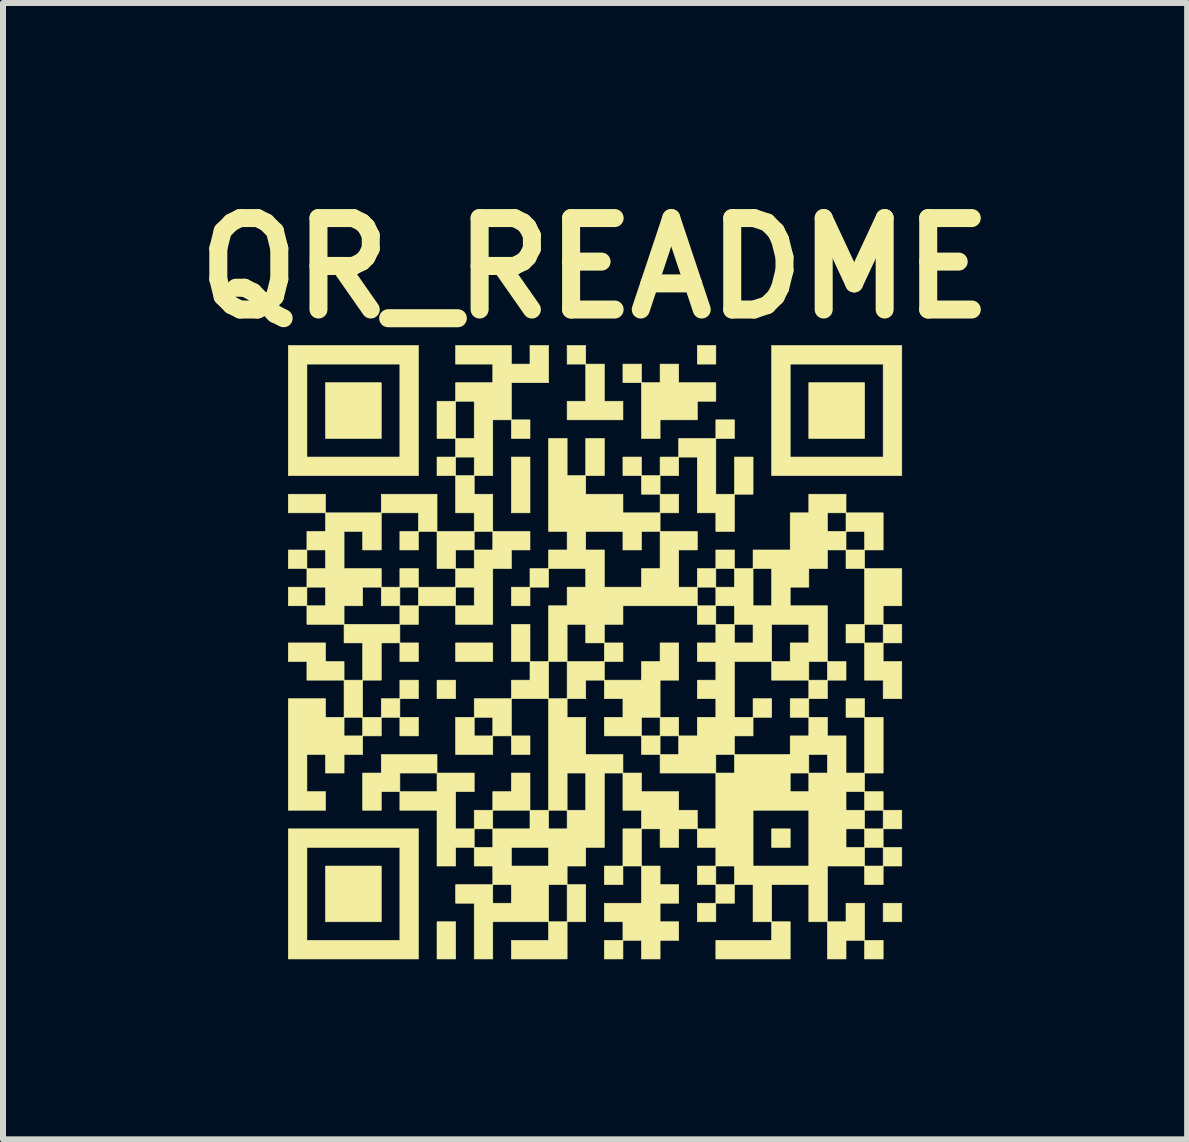
<source format=kicad_pcb>
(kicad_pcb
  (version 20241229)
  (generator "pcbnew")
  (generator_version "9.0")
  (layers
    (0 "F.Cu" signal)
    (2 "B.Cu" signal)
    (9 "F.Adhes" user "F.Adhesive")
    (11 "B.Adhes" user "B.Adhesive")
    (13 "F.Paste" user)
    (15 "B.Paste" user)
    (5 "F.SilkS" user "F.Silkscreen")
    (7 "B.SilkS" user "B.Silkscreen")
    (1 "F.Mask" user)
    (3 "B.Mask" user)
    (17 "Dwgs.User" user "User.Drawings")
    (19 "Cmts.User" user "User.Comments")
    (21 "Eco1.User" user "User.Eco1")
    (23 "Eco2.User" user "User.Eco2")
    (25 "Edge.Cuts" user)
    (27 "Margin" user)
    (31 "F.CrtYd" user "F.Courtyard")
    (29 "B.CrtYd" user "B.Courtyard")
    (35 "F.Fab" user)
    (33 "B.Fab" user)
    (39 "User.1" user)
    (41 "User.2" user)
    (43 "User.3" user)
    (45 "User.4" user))
  (footprint "QR_README"
    (layer "F.Cu")
    (at 6.865 7.818)
    (property "Reference" "QR_README" (at 0 -6.4 0) (layer "F.SilkS") (effects (font (size 1.524 1.524) (thickness 0.3))))
    (attr through_hole)
    (fp_poly (pts (xy -4.491 -2.323) (xy -5.111 -2.323) (xy -5.111 -2.633) (xy -4.491 -2.633) (xy -4.491 -2.323)) (stroke (width 0.01) (type solid)) (fill yes) (layer "F.SilkS"))
    (fp_poly (pts (xy -3.562 -3.562) (xy -4.491 -3.562) (xy -4.491 -4.491) (xy -3.562 -4.491) (xy -3.562 -3.562)) (stroke (width 0.01) (type solid)) (fill yes) (layer "F.SilkS"))
    (fp_poly (pts (xy -3.562 4.491) (xy -4.491 4.491) (xy -4.491 3.562) (xy -3.562 3.562) (xy -3.562 4.491)) (stroke (width 0.01) (type solid)) (fill yes) (layer "F.SilkS"))
    (fp_poly (pts (xy -3.252 -0.774) (xy -3.562 -0.774) (xy -3.562 -1.084) (xy -3.252 -1.084) (xy -3.252 -0.774)) (stroke (width 0.01) (type solid)) (fill yes) (layer "F.SilkS"))
    (fp_poly (pts (xy -3.252 1.084) (xy -3.562 1.084) (xy -3.562 0.774) (xy -3.252 0.774) (xy -3.252 1.084)) (stroke (width 0.01) (type solid)) (fill yes) (layer "F.SilkS"))
    (fp_poly (pts (xy -2.943 -1.704) (xy -3.252 -1.704) (xy -3.252 -2.013) (xy -2.943 -2.013) (xy -2.943 -1.704)) (stroke (width 0.01) (type solid)) (fill yes) (layer "F.SilkS"))
    (fp_poly (pts (xy -2.943 -1.084) (xy -3.252 -1.084) (xy -3.252 -1.394) (xy -2.943 -1.394) (xy -2.943 -1.084)) (stroke (width 0.01) (type solid)) (fill yes) (layer "F.SilkS"))
    (fp_poly (pts (xy -2.943 0.155) (xy -3.252 0.155) (xy -3.252 -0.155) (xy -2.943 -0.155) (xy -2.943 0.155)) (stroke (width 0.01) (type solid)) (fill yes) (layer "F.SilkS"))
    (fp_poly (pts (xy -2.943 0.774) (xy -3.252 0.774) (xy -3.252 0.465) (xy -2.943 0.465) (xy -2.943 0.774)) (stroke (width 0.01) (type solid)) (fill yes) (layer "F.SilkS"))
    (fp_poly (pts (xy -2.943 1.394) (xy -3.252 1.394) (xy -3.252 1.084) (xy -2.943 1.084) (xy -2.943 1.394)) (stroke (width 0.01) (type solid)) (fill yes) (layer "F.SilkS"))
    (fp_poly (pts (xy -2.323 0.774) (xy -2.633 0.774) (xy -2.633 0.465) (xy -2.323 0.465) (xy -2.323 0.774)) (stroke (width 0.01) (type solid)) (fill yes) (layer "F.SilkS"))
    (fp_poly (pts (xy -2.323 5.111) (xy -2.633 5.111) (xy -2.633 4.491) (xy -2.323 4.491) (xy -2.323 5.111)) (stroke (width 0.01) (type solid)) (fill yes) (layer "F.SilkS"))
    (fp_poly (pts (xy -1.704 0.155) (xy -2.323 0.155) (xy -2.323 -0.155) (xy -1.704 -0.155) (xy -1.704 0.155)) (stroke (width 0.01) (type solid)) (fill yes) (layer "F.SilkS"))
    (fp_poly (pts (xy -1.084 -3.562) (xy -1.394 -3.562) (xy -1.394 -3.872) (xy -1.084 -3.872) (xy -1.084 -3.562)) (stroke (width 0.01) (type solid)) (fill yes) (layer "F.SilkS"))
    (fp_poly (pts (xy -1.084 -2.323) (xy -1.394 -2.323) (xy -1.394 -3.252) (xy -1.084 -3.252) (xy -1.084 -2.323)) (stroke (width 0.01) (type solid)) (fill yes) (layer "F.SilkS"))
    (fp_poly (pts (xy -1.084 -0.774) (xy -1.394 -0.774) (xy -1.394 -1.084) (xy -1.084 -1.084) (xy -1.084 -0.774)) (stroke (width 0.01) (type solid)) (fill yes) (layer "F.SilkS"))
    (fp_poly (pts (xy -1.084 0.155) (xy -1.394 0.155) (xy -1.394 -0.465) (xy -1.084 -0.465) (xy -1.084 0.155)) (stroke (width 0.01) (type solid)) (fill yes) (layer "F.SilkS"))
    (fp_poly (pts (xy -1.084 1.704) (xy -1.394 1.704) (xy -1.394 1.394) (xy -1.084 1.394) (xy -1.084 1.704)) (stroke (width 0.01) (type solid)) (fill yes) (layer "F.SilkS"))
    (fp_poly (pts (xy -0.774 -1.084) (xy -1.084 -1.084) (xy -1.084 -1.394) (xy -0.774 -1.394) (xy -0.774 -1.084)) (stroke (width 0.01) (type solid)) (fill yes) (layer "F.SilkS"))
    (fp_poly (pts (xy -0.155 -4.801) (xy -0.465 -4.801) (xy -0.465 -5.111) (xy -0.155 -5.111) (xy -0.155 -4.801)) (stroke (width 0.01) (type solid)) (fill yes) (layer "F.SilkS"))
    (fp_poly (pts (xy -0.155 4.491) (xy -0.465 4.491) (xy -0.465 3.872) (xy -0.155 3.872) (xy -0.155 4.491)) (stroke (width 0.01) (type solid)) (fill yes) (layer "F.SilkS"))
    (fp_poly (pts (xy 0.155 -2.943) (xy -0.155 -2.943) (xy -0.155 -3.562) (xy 0.155 -3.562) (xy 0.155 -2.943)) (stroke (width 0.01) (type solid)) (fill yes) (layer "F.SilkS"))
    (fp_poly (pts (xy 0.465 0.155) (xy 0.155 0.155) (xy 0.155 -0.155) (xy 0.465 -0.155) (xy 0.465 0.155)) (stroke (width 0.01) (type solid)) (fill yes) (layer "F.SilkS"))
    (fp_poly (pts (xy 0.465 3.872) (xy 0.155 3.872) (xy 0.155 3.562) (xy 0.465 3.562) (xy 0.465 3.872)) (stroke (width 0.01) (type solid)) (fill yes) (layer "F.SilkS"))
    (fp_poly (pts (xy 0.465 5.111) (xy 0.155 5.111) (xy 0.155 4.801) (xy 0.465 4.801) (xy 0.465 5.111)) (stroke (width 0.01) (type solid)) (fill yes) (layer "F.SilkS"))
    (fp_poly (pts (xy 0.774 -4.491) (xy 0.465 -4.491) (xy 0.465 -4.801) (xy 0.774 -4.801) (xy 0.774 -4.491)) (stroke (width 0.01) (type solid)) (fill yes) (layer "F.SilkS"))
    (fp_poly (pts (xy 0.774 -2.943) (xy 0.465 -2.943) (xy 0.465 -3.252) (xy 0.774 -3.252) (xy 0.774 -2.943)) (stroke (width 0.01) (type solid)) (fill yes) (layer "F.SilkS"))
    (fp_poly (pts (xy 0.774 3.562) (xy 0.465 3.562) (xy 0.465 2.943) (xy 0.774 2.943) (xy 0.774 3.562)) (stroke (width 0.01) (type solid)) (fill yes) (layer "F.SilkS"))
    (fp_poly (pts (xy 1.084 -2.633) (xy 0.774 -2.633) (xy 0.774 -2.943) (xy 1.084 -2.943) (xy 1.084 -2.633)) (stroke (width 0.01) (type solid)) (fill yes) (layer "F.SilkS"))
    (fp_poly (pts (xy 1.394 -2.943) (xy 1.084 -2.943) (xy 1.084 -3.252) (xy 1.394 -3.252) (xy 1.394 -2.943)) (stroke (width 0.01) (type solid)) (fill yes) (layer "F.SilkS"))
    (fp_poly (pts (xy 1.394 -2.323) (xy 1.084 -2.323) (xy 1.084 -2.633) (xy 1.394 -2.633) (xy 1.394 -2.323)) (stroke (width 0.01) (type solid)) (fill yes) (layer "F.SilkS"))
    (fp_poly (pts (xy 2.013 -4.801) (xy 1.704 -4.801) (xy 1.704 -5.111) (xy 2.013 -5.111) (xy 2.013 -4.801)) (stroke (width 0.01) (type solid)) (fill yes) (layer "F.SilkS"))
    (fp_poly (pts (xy 2.013 -0.465) (xy 1.704 -0.465) (xy 1.704 -0.774) (xy 2.013 -0.774) (xy 2.013 -0.465)) (stroke (width 0.01) (type solid)) (fill yes) (layer "F.SilkS"))
    (fp_poly (pts (xy 2.013 4.491) (xy 1.704 4.491) (xy 1.704 4.182) (xy 2.013 4.182) (xy 2.013 4.491)) (stroke (width 0.01) (type solid)) (fill yes) (layer "F.SilkS"))
    (fp_poly (pts (xy 2.323 -3.562) (xy 2.013 -3.562) (xy 2.013 -3.872) (xy 2.323 -3.872) (xy 2.323 -3.562)) (stroke (width 0.01) (type solid)) (fill yes) (layer "F.SilkS"))
    (fp_poly (pts (xy 2.633 -2.633) (xy 2.323 -2.633) (xy 2.323 -3.252) (xy 2.633 -3.252) (xy 2.633 -2.633)) (stroke (width 0.01) (type solid)) (fill yes) (layer "F.SilkS"))
    (fp_poly (pts (xy 2.943 1.084) (xy 2.633 1.084) (xy 2.633 0.774) (xy 2.943 0.774) (xy 2.943 1.084)) (stroke (width 0.01) (type solid)) (fill yes) (layer "F.SilkS"))
    (fp_poly (pts (xy 3.252 3.252) (xy 2.943 3.252) (xy 2.943 2.943) (xy 3.252 2.943) (xy 3.252 3.252)) (stroke (width 0.01) (type solid)) (fill yes) (layer "F.SilkS"))
    (fp_poly (pts (xy 4.182 0.465) (xy 3.872 0.465) (xy 3.872 0.155) (xy 4.182 0.155) (xy 4.182 0.465)) (stroke (width 0.01) (type solid)) (fill yes) (layer "F.SilkS"))
    (fp_poly (pts (xy 4.491 -3.562) (xy 3.562 -3.562) (xy 3.562 -4.491) (xy 4.491 -4.491) (xy 4.491 -3.562)) (stroke (width 0.01) (type solid)) (fill yes) (layer "F.SilkS"))
    (fp_poly (pts (xy 4.491 1.084) (xy 4.182 1.084) (xy 4.182 0.774) (xy 4.491 0.774) (xy 4.491 1.084)) (stroke (width 0.01) (type solid)) (fill yes) (layer "F.SilkS"))
    (fp_poly (pts (xy 4.491 2.943) (xy 4.801 2.943) (xy 4.801 3.252) (xy 4.491 3.252) (xy 4.491 2.943)) (stroke (width 0.01) (type solid)) (fill yes) (layer "F.SilkS"))
    (fp_poly (pts (xy 4.801 2.013) (xy 4.491 2.013) (xy 4.491 1.084) (xy 4.801 1.084) (xy 4.801 2.013)) (stroke (width 0.01) (type solid)) (fill yes) (layer "F.SilkS"))
    (fp_poly (pts (xy 4.801 2.633) (xy 4.491 2.633) (xy 4.491 2.323) (xy 4.801 2.323) (xy 4.801 2.633)) (stroke (width 0.01) (type solid)) (fill yes) (layer "F.SilkS"))
    (fp_poly (pts (xy 4.801 3.872) (xy 4.491 3.872) (xy 4.491 3.562) (xy 4.801 3.562) (xy 4.801 3.872)) (stroke (width 0.01) (type solid)) (fill yes) (layer "F.SilkS"))
    (fp_poly (pts (xy 4.801 5.111) (xy 4.491 5.111) (xy 4.491 4.801) (xy 4.801 4.801) (xy 4.801 5.111)) (stroke (width 0.01) (type solid)) (fill yes) (layer "F.SilkS"))
    (fp_poly (pts (xy 5.111 2.943) (xy 4.801 2.943) (xy 4.801 2.633) (xy 5.111 2.633) (xy 5.111 2.943)) (stroke (width 0.01) (type solid)) (fill yes) (layer "F.SilkS"))
    (fp_poly (pts (xy 5.111 3.562) (xy 4.801 3.562) (xy 4.801 3.252) (xy 5.111 3.252) (xy 5.111 3.562)) (stroke (width 0.01) (type solid)) (fill yes) (layer "F.SilkS"))
    (fp_poly (pts (xy 5.111 4.491) (xy 4.801 4.491) (xy 4.801 4.182) (xy 5.111 4.182) (xy 5.111 4.491)) (stroke (width 0.01) (type solid)) (fill yes) (layer "F.SilkS"))
    (fp_poly (pts (xy -0.774 0.774) (xy -1.394 0.774) (xy -1.394 0.465) (xy -1.084 0.465) (xy -1.084 0.155) (xy -0.774 0.155) (xy -0.774 0.774)) (stroke (width 0.01) (type solid)) (fill yes) (layer "F.SilkS"))
    (fp_poly (pts (xy -0.465 5.111) (xy -1.394 5.111) (xy -1.394 4.801) (xy -0.774 4.801) (xy -0.774 4.491) (xy -0.465 4.491) (xy -0.465 5.111)) (stroke (width 0.01) (type solid)) (fill yes) (layer "F.SilkS"))
    (fp_poly (pts (xy 0.155 0.465) (xy -0.155 0.465) (xy -0.155 0.774) (xy -0.465 0.774) (xy -0.465 0.155) (xy 0.155 0.155) (xy 0.155 0.465)) (stroke (width 0.01) (type solid)) (fill yes) (layer "F.SilkS"))
    (fp_poly (pts (xy 3.252 5.111) (xy 2.013 5.111) (xy 2.013 4.801) (xy 2.943 4.801) (xy 2.943 4.491) (xy 3.252 4.491) (xy 3.252 5.111)) (stroke (width 0.01) (type solid)) (fill yes) (layer "F.SilkS"))
    (fp_poly (pts (xy -4.491 0.155) (xy -4.182 0.155) (xy -4.182 0.465) (xy -4.801 0.465) (xy -4.801 0.155) (xy -5.111 0.155) (xy -5.111 -0.155) (xy -4.491 -0.155) (xy -4.491 0.155)) (stroke (width 0.01) (type solid)) (fill yes) (layer "F.SilkS"))
    (fp_poly (pts (xy 0.155 -4.182) (xy 0.465 -4.182) (xy 0.465 -3.872) (xy -0.465 -3.872) (xy -0.465 -4.182) (xy -0.155 -4.182) (xy -0.155 -4.801) (xy 0.155 -4.801) (xy 0.155 -4.182)) (stroke (width 0.01) (type solid)) (fill yes) (layer "F.SilkS"))
    (fp_poly (pts (xy 4.491 4.801) (xy 4.182 4.801) (xy 4.182 5.111) (xy 3.872 5.111) (xy 3.872 4.491) (xy 4.182 4.491) (xy 4.182 4.182) (xy 4.491 4.182) (xy 4.491 4.801)) (stroke (width 0.01) (type solid)) (fill yes) (layer "F.SilkS"))
    (fp_poly (pts (xy 1.394 -3.562) (xy 2.013 -3.562) (xy 2.013 -2.633) (xy 2.323 -2.633) (xy 2.323 -2.013) (xy 2.013 -2.013) (xy 2.013 -2.323) (xy 1.704 -2.323) (xy 1.704 -3.252) (xy 1.394 -3.252) (xy 1.394 -3.562)) (stroke (width 0.01) (type solid)) (fill yes) (layer "F.SilkS"))
    (fp_poly (pts (xy -2.943 -2.943) (xy -5.111 -2.943) (xy -5.111 -4.801) (xy -4.801 -4.801) (xy -4.801 -3.252) (xy -3.252 -3.252) (xy -3.252 -4.801) (xy -4.801 -4.801) (xy -5.111 -4.801) (xy -5.111 -5.111) (xy -2.943 -5.111) (xy -2.943 -2.943)) (stroke (width 0.01) (type solid)) (fill yes) (layer "F.SilkS"))
    (fp_poly (pts (xy -2.943 5.111) (xy -5.111 5.111) (xy -5.111 3.252) (xy -4.801 3.252) (xy -4.801 4.801) (xy -3.252 4.801) (xy -3.252 3.252) (xy -4.801 3.252) (xy -5.111 3.252) (xy -5.111 2.943) (xy -2.943 2.943) (xy -2.943 5.111)) (stroke (width 0.01) (type solid)) (fill yes) (layer "F.SilkS"))
    (fp_poly (pts (xy 5.111 -2.943) (xy 2.943 -2.943) (xy 2.943 -4.801) (xy 3.252 -4.801) (xy 3.252 -3.252) (xy 4.801 -3.252) (xy 4.801 -4.801) (xy 3.252 -4.801) (xy 2.943 -4.801) (xy 2.943 -5.111) (xy 5.111 -5.111) (xy 5.111 -2.943)) (stroke (width 0.01) (type solid)) (fill yes) (layer "F.SilkS"))
    (fp_poly (pts (xy -1.394 1.394) (xy -1.704 1.394) (xy -1.704 1.704) (xy -2.323 1.704) (xy -2.323 1.084) (xy -2.013 1.084) (xy -2.013 1.394) (xy -1.704 1.394) (xy -1.704 1.084) (xy -2.013 1.084) (xy -2.013 0.774) (xy -1.394 0.774) (xy -1.394 1.394)) (stroke (width 0.01) (type solid)) (fill yes) (layer "F.SilkS"))
    (fp_poly (pts (xy 1.394 -4.491) (xy 2.013 -4.491) (xy 2.013 -4.182) (xy 1.704 -4.182) (xy 1.704 -3.872) (xy 1.084 -3.872) (xy 1.084 -3.562) (xy 0.774 -3.562) (xy 0.774 -4.491) (xy 1.084 -4.491) (xy 1.084 -4.801) (xy 1.394 -4.801) (xy 1.394 -4.491)) (stroke (width 0.01) (type solid)) (fill yes) (layer "F.SilkS"))
    (fp_poly (pts (xy 0.774 2.633) (xy 0.465 2.633) (xy 0.465 2.013) (xy 0.774 2.013) (xy 0.774 2.323) (xy 1.394 2.323) (xy 1.394 2.633) (xy 1.704 2.633) (xy 1.704 2.943) (xy 1.394 2.943) (xy 1.394 3.252) (xy 1.084 3.252) (xy 1.084 2.943) (xy 0.774 2.943) (xy 0.774 2.633)) (stroke (width 0.01) (type solid)) (fill yes) (layer "F.SilkS"))
    (fp_poly (pts (xy 0.465 4.491) (xy 0.155 4.491) (xy 0.155 4.182) (xy 0.774 4.182) (xy 0.774 3.562) (xy 1.084 3.562) (xy 1.084 3.872) (xy 1.394 3.872) (xy 1.394 4.182) (xy 1.084 4.182) (xy 1.084 4.491) (xy 1.394 4.491) (xy 1.394 4.801) (xy 1.084 4.801) (xy 1.084 5.111) (xy 0.774 5.111) (xy 0.774 4.801) (xy 0.465 4.801) (xy 0.465 4.491)) (stroke (width 0.01) (type solid)) (fill yes) (layer "F.SilkS"))
    (fp_poly (pts (xy 5.111 -0.465) (xy 5.111 -0.155) (xy 4.801 -0.155) (xy 4.801 0.155) (xy 5.111 0.155) (xy 5.111 0.774) (xy 4.801 0.774) (xy 4.801 0.465) (xy 4.491 0.465) (xy 4.491 -0.155) (xy 4.182 -0.155) (xy 4.182 -0.465) (xy 4.491 -0.465) (xy 4.491 -0.155) (xy 4.801 -0.155) (xy 4.801 -0.465) (xy 4.491 -0.465) (xy 4.491 -1.394) (xy 5.111 -1.394) (xy 5.111 -0.774) (xy 4.801 -0.774) (xy 4.801 -0.465) (xy 5.111 -0.465)) (stroke (width 0.01) (type solid)) (fill yes) (layer "F.SilkS"))
    (fp_poly (pts (xy -3.562 1.084) (xy -3.562 1.394) (xy -3.872 1.394) (xy -3.872 1.704) (xy -4.182 1.704) (xy -4.182 2.013) (xy -4.491 2.013) (xy -4.491 1.704) (xy -4.801 1.704) (xy -4.801 2.323) (xy -4.491 2.323) (xy -4.491 2.633) (xy -5.111 2.633) (xy -5.111 0.774) (xy -4.491 0.774) (xy -4.491 1.084) (xy -4.182 1.084) (xy -4.182 1.394) (xy -3.872 1.394) (xy -3.872 1.084) (xy -4.182 1.084) (xy -4.182 0.465) (xy -3.872 0.465) (xy -3.872 1.084) (xy -3.562 1.084)) (stroke (width 0.01) (type solid)) (fill yes) (layer "F.SilkS"))
    (fp_poly (pts (xy 1.394 1.084) (xy 1.394 1.394) (xy 1.084 1.394) (xy 1.084 1.704) (xy 0.774 1.704) (xy 0.774 1.394) (xy 0.155 1.394) (xy 0.155 1.084) (xy 0.465 1.084) (xy 0.774 1.084) (xy 0.774 1.394) (xy 1.084 1.394) (xy 1.084 1.084) (xy 0.774 1.084) (xy 0.465 1.084) (xy 0.465 0.774) (xy 0.155 0.774) (xy 0.155 0.465) (xy 0.774 0.465) (xy 0.774 0.155) (xy 1.084 0.155) (xy 1.084 -0.155) (xy 1.394 -0.155) (xy 1.394 0.465) (xy 1.084 0.465) (xy 1.084 1.084) (xy 1.394 1.084)) (stroke (width 0.01) (type solid)) (fill yes) (layer "F.SilkS"))
    (fp_poly (pts (xy -0.774 -1.704) (xy -0.465 -1.704) (xy -0.465 -2.013) (xy -0.155 -2.013) (xy -0.155 -1.704) (xy 0.155 -1.704) (xy 0.155 -1.084) (xy 0.774 -1.084) (xy 0.774 -1.394) (xy 1.084 -1.394) (xy 1.084 -2.013) (xy 0.774 -2.013) (xy 0.774 -1.704) (xy 0.465 -1.704) (xy 0.465 -2.013) (xy -0.155 -2.013) (xy -0.465 -2.013) (xy -0.774 -2.013) (xy -0.774 -3.562) (xy -0.465 -3.562) (xy -0.465 -2.943) (xy -0.155 -2.943) (xy -0.155 -2.633) (xy 0.465 -2.633) (xy 0.465 -2.323) (xy 1.084 -2.323) (xy 1.084 -2.013) (xy 1.704 -2.013) (xy 1.704 -1.704) (xy 1.394 -1.704) (xy 1.394 -1.084) (xy 1.704 -1.084) (xy 1.704 -0.774) (xy 0.465 -0.774) (xy 0.465 -0.465) (xy 0.155 -0.465) (xy 0.155 -0.155) (xy -0.155 -0.155) (xy -0.155 -0.465) (xy -0.465 -0.465) (xy -0.465 0.155) (xy -0.774 0.155) (xy -0.774 -0.774) (xy -0.465 -0.774) (xy -0.465 -1.084) (xy -0.155 -1.084) (xy -0.155 -1.394) (xy -0.774 -1.394) (xy -0.774 -1.704)) (stroke (width 0.01) (type solid)) (fill yes) (layer "F.SilkS"))
    (fp_poly (pts (xy -2.013 2.013) (xy -2.013 2.323) (xy -2.323 2.323) (xy -2.323 2.943) (xy -2.013 2.943) (xy -2.013 3.252) (xy -1.704 3.252) (xy -1.394 3.252) (xy -1.394 3.562) (xy -0.774 3.562) (xy -0.774 3.252) (xy -1.394 3.252) (xy -1.704 3.252) (xy -1.704 2.943) (xy -2.013 2.943) (xy -2.013 2.633) (xy -1.704 2.633) (xy -1.704 2.943) (xy -1.084 2.943) (xy -1.084 2.633) (xy -1.704 2.633) (xy -1.704 2.323) (xy -1.394 2.323) (xy -1.394 2.013) (xy -1.084 2.013) (xy -1.084 2.633) (xy -0.774 2.633) (xy -0.774 2.943) (xy -0.465 2.943) (xy -0.465 2.633) (xy -0.774 2.633) (xy -0.774 2.013) (xy -0.465 2.013) (xy -0.465 2.633) (xy -0.155 2.633) (xy -0.155 2.013) (xy -0.465 2.013) (xy -0.774 2.013) (xy -0.774 0.774) (xy -0.465 0.774) (xy -0.465 1.084) (xy -0.155 1.084) (xy -0.155 1.704) (xy 0.465 1.704) (xy 0.465 2.013) (xy 0.155 2.013) (xy 0.155 3.252) (xy -0.155 3.252) (xy -0.155 3.562) (xy -0.465 3.562) (xy -0.465 3.872) (xy -0.774 3.872) (xy -0.774 4.491) (xy -1.704 4.491) (xy -1.704 5.111) (xy -2.013 5.111) (xy -2.013 4.182) (xy -2.323 4.182) (xy -2.323 3.872) (xy -1.704 3.872) (xy -1.704 4.182) (xy -1.394 4.182) (xy -1.394 3.872) (xy -1.704 3.872) (xy -1.704 3.562) (xy -2.013 3.562) (xy -2.013 3.252) (xy -2.323 3.252) (xy -2.323 3.562) (xy -2.633 3.562) (xy -2.633 2.633) (xy -3.252 2.633) (xy -3.252 2.323) (xy -3.562 2.323) (xy -3.562 2.633) (xy -3.872 2.633) (xy -3.872 2.013) (xy -3.562 2.013) (xy -3.252 2.013) (xy -3.252 2.323) (xy -2.633 2.323) (xy -2.633 2.013) (xy -3.252 2.013) (xy -3.562 2.013) (xy -3.562 1.704) (xy -2.633 1.704) (xy -2.633 2.013) (xy -2.013 2.013)) (stroke (width 0.01) (type solid)) (fill yes) (layer "F.SilkS"))
    (fp_poly (pts (xy -1.084 -2.013) (xy -1.084 -1.704) (xy -1.394 -1.704) (xy -1.394 -1.394) (xy -1.704 -1.394) (xy -1.704 -0.465) (xy -2.323 -0.465) (xy -2.323 -0.774) (xy -2.943 -0.774) (xy -2.943 -0.465) (xy -3.252 -0.465) (xy -3.252 -0.155) (xy -3.562 -0.155) (xy -3.562 0.465) (xy -3.872 0.465) (xy -3.872 -0.155) (xy -4.182 -0.155) (xy -4.182 -0.465) (xy -4.801 -0.465) (xy -4.801 -0.774) (xy -5.111 -0.774) (xy -5.111 -1.084) (xy -4.801 -1.084) (xy -4.801 -0.774) (xy -4.491 -0.774) (xy -4.491 -1.084) (xy -4.801 -1.084) (xy -4.801 -1.394) (xy -5.111 -1.394) (xy -5.111 -1.704) (xy -4.801 -1.704) (xy -4.801 -1.394) (xy -4.491 -1.394) (xy -4.491 -1.704) (xy -4.801 -1.704) (xy -4.801 -2.013) (xy -4.491 -2.013) (xy -4.182 -2.013) (xy -4.182 -1.394) (xy -3.562 -1.394) (xy -3.562 -1.084) (xy -3.872 -1.084) (xy -3.872 -0.774) (xy -4.182 -0.774) (xy -4.182 -0.465) (xy -3.252 -0.465) (xy -3.252 -0.774) (xy -2.943 -0.774) (xy -2.943 -1.084) (xy -2.323 -1.084) (xy -2.323 -0.774) (xy -2.013 -0.774) (xy -2.013 -1.084) (xy -2.323 -1.084) (xy -2.323 -1.394) (xy -2.633 -1.394) (xy -2.633 -1.704) (xy -2.323 -1.704) (xy -2.323 -1.394) (xy -2.013 -1.394) (xy -2.013 -1.704) (xy -2.323 -1.704) (xy -2.633 -1.704) (xy -2.633 -2.013) (xy -2.943 -2.013) (xy -2.943 -2.323) (xy -3.562 -2.323) (xy -3.562 -1.704) (xy -3.872 -1.704) (xy -3.872 -2.013) (xy -4.182 -2.013) (xy -4.491 -2.013) (xy -4.491 -2.323) (xy -3.562 -2.323) (xy -3.562 -2.633) (xy -2.633 -2.633) (xy -2.633 -2.013) (xy -2.013 -2.013) (xy -2.013 -1.704) (xy -1.704 -1.704) (xy -1.704 -2.013) (xy -2.013 -2.013) (xy -2.013 -2.323) (xy -2.323 -2.323) (xy -2.323 -2.943) (xy -2.633 -2.943) (xy -2.633 -3.252) (xy -2.323 -3.252) (xy -2.323 -2.943) (xy -2.013 -2.943) (xy -2.013 -3.252) (xy -2.323 -3.252) (xy -2.323 -3.562) (xy -2.633 -3.562) (xy -2.633 -4.182) (xy -2.323 -4.182) (xy -2.323 -3.562) (xy -2.013 -3.562) (xy -2.013 -4.182) (xy -2.323 -4.182) (xy -2.323 -4.491) (xy -1.704 -4.491) (xy -1.704 -4.801) (xy -2.323 -4.801) (xy -2.323 -5.111) (xy -1.394 -5.111) (xy -1.394 -4.801) (xy -1.084 -4.801) (xy -1.084 -5.111) (xy -0.774 -5.111) (xy -0.774 -4.491) (xy -1.394 -4.491) (xy -1.394 -3.872) (xy -1.704 -3.872) (xy -1.704 -2.943) (xy -2.013 -2.943) (xy -2.013 -2.633) (xy -1.704 -2.633) (xy -1.704 -2.013) (xy -1.084 -2.013)) (stroke (width 0.01) (type solid)) (fill yes) (layer "F.SilkS"))
    (fp_poly (pts (xy 4.491 3.562) (xy 3.872 3.562) (xy 3.872 4.491) (xy 3.562 4.491) (xy 3.562 3.872) (xy 2.943 3.872) (xy 2.943 4.491) (xy 2.633 4.491) (xy 2.633 3.872) (xy 2.323 3.872) (xy 2.323 4.182) (xy 2.013 4.182) (xy 2.013 3.872) (xy 1.704 3.872) (xy 1.704 3.562) (xy 2.013 3.562) (xy 2.013 3.872) (xy 2.323 3.872) (xy 2.323 3.562) (xy 2.013 3.562) (xy 2.013 3.252) (xy 1.704 3.252) (xy 1.704 2.943) (xy 2.013 2.943) (xy 2.013 2.633) (xy 2.633 2.633) (xy 2.633 3.562) (xy 3.562 3.562) (xy 3.562 2.633) (xy 2.633 2.633) (xy 2.013 2.633) (xy 2.013 2.013) (xy 1.084 2.013) (xy 1.084 1.704) (xy 1.394 1.704) (xy 2.013 1.704) (xy 2.013 2.013) (xy 2.323 2.013) (xy 3.252 2.013) (xy 3.252 2.323) (xy 3.562 2.323) (xy 3.562 2.013) (xy 3.252 2.013) (xy 2.323 2.013) (xy 2.323 1.704) (xy 2.013 1.704) (xy 1.394 1.704) (xy 1.394 1.394) (xy 1.704 1.394) (xy 1.704 1.084) (xy 2.013 1.084) (xy 2.013 0.774) (xy 1.704 0.774) (xy 1.704 0.465) (xy 2.013 0.465) (xy 2.013 0.155) (xy 2.323 0.155) (xy 2.323 1.084) (xy 2.633 1.084) (xy 2.633 1.394) (xy 2.323 1.394) (xy 2.323 1.704) (xy 3.252 1.704) (xy 3.562 1.704) (xy 3.562 2.013) (xy 3.872 2.013) (xy 3.872 1.704) (xy 3.562 1.704) (xy 3.252 1.704) (xy 3.252 1.394) (xy 3.562 1.394) (xy 3.562 1.084) (xy 3.252 1.084) (xy 3.252 0.774) (xy 3.562 0.774) (xy 3.562 0.465) (xy 2.943 0.465) (xy 2.943 0.155) (xy 2.323 0.155) (xy 2.013 0.155) (xy 1.704 0.155) (xy 1.704 -0.155) (xy 2.013 -0.155) (xy 2.013 -0.465) (xy 2.323 -0.465) (xy 2.323 -0.155) (xy 2.633 -0.155) (xy 2.633 -0.465) (xy 2.943 -0.465) (xy 2.943 0.155) (xy 3.252 0.155) (xy 3.252 -0.155) (xy 3.562 -0.155) (xy 3.562 -0.465) (xy 2.943 -0.465) (xy 2.633 -0.465) (xy 2.323 -0.465) (xy 2.323 -0.774) (xy 2.013 -0.774) (xy 2.013 -1.084) (xy 1.704 -1.084) (xy 1.704 -1.394) (xy 2.013 -1.394) (xy 2.013 -1.084) (xy 2.323 -1.084) (xy 2.323 -1.394) (xy 2.013 -1.394) (xy 2.013 -1.704) (xy 2.323 -1.704) (xy 2.323 -1.394) (xy 2.633 -1.394) (xy 2.633 -0.774) (xy 2.943 -0.774) (xy 2.943 -1.394) (xy 2.633 -1.394) (xy 2.633 -1.704) (xy 3.252 -1.704) (xy 3.252 -2.323) (xy 3.562 -2.323) (xy 3.872 -2.323) (xy 3.872 -2.013) (xy 4.182 -2.013) (xy 4.182 -1.704) (xy 4.491 -1.704) (xy 4.491 -2.013) (xy 4.182 -2.013) (xy 4.182 -2.323) (xy 3.872 -2.323) (xy 3.562 -2.323) (xy 3.562 -2.633) (xy 4.182 -2.633) (xy 4.182 -2.323) (xy 4.801 -2.323) (xy 4.801 -1.704) (xy 4.491 -1.704) (xy 4.491 -1.394) (xy 4.182 -1.394) (xy 4.182 -1.704) (xy 3.872 -1.704) (xy 3.872 -1.394) (xy 3.562 -1.394) (xy 3.562 -1.084) (xy 3.252 -1.084) (xy 3.252 -0.774) (xy 3.872 -0.774) (xy 3.872 0.155) (xy 3.562 0.155) (xy 3.562 0.465) (xy 3.872 0.465) (xy 3.872 0.774) (xy 3.562 0.774) (xy 3.562 1.084) (xy 3.872 1.084) (xy 3.872 1.394) (xy 4.182 1.394) (xy 4.182 2.013) (xy 4.491 2.013) (xy 4.491 2.323) (xy 4.182 2.323) (xy 4.182 2.633) (xy 4.491 2.633) (xy 4.491 2.943) (xy 4.182 2.943) (xy 4.182 3.252) (xy 4.491 3.252) (xy 4.491 3.562)) (stroke (width 0.01) (type solid)) (fill yes) (layer "F.SilkS")))
  (gr_rect
    (start -3 -3)
    (end 16.731 15.934)
    (stroke (width 0.1) (type default))
    (fill no)
    (layer "Edge.Cuts")))
</source>
